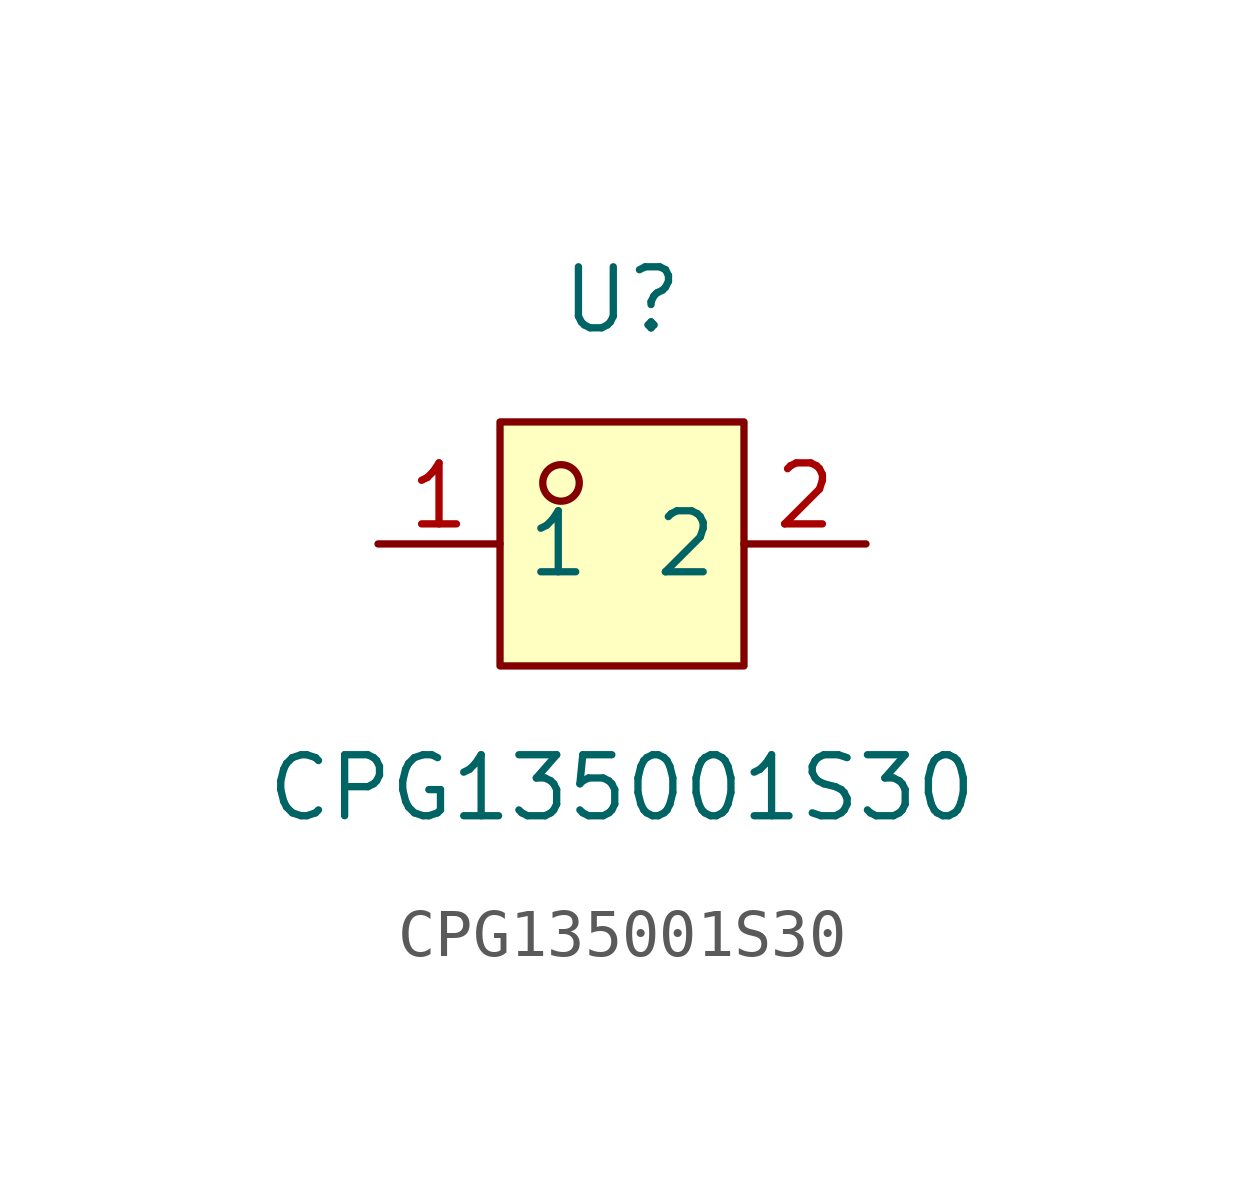
<source format=kicad_sym>
(kicad_symbol_lib
  (version 20220914)
  (generator kicad_symbol_editor)
  (symbol "CPG135001S30"
    (property "Reference" "U"
      (at 0 5.08 0)
      (effects (font (size 1.27 1.27))))
    (property "Value" "CPG135001S30"
      (at 0 -5.08 0)
      (effects (font (size 1.27 1.27))))
    (symbol "CPG135001S30_0_1"
      (rectangle (start -2.54 2.54) (end 2.54 -2.54) (stroke (width 0) (type default)) (fill (type background)))
      (circle (center -1.27 1.27) (radius 0.38) (stroke (width 0) (type default)) (fill (type none)))
      (pin unspecified line (at -5.08 0 0) (length 2.54) (name "1" (effects (font (size 1.27 1.27)))) (number "1" (effects (font (size 1.27 1.27)))))
      (pin unspecified line (at 5.08 0 180) (length 2.54) (name "2" (effects (font (size 1.27 1.27)))) (number "2" (effects (font (size 1.27 1.27))))))))
</source>
